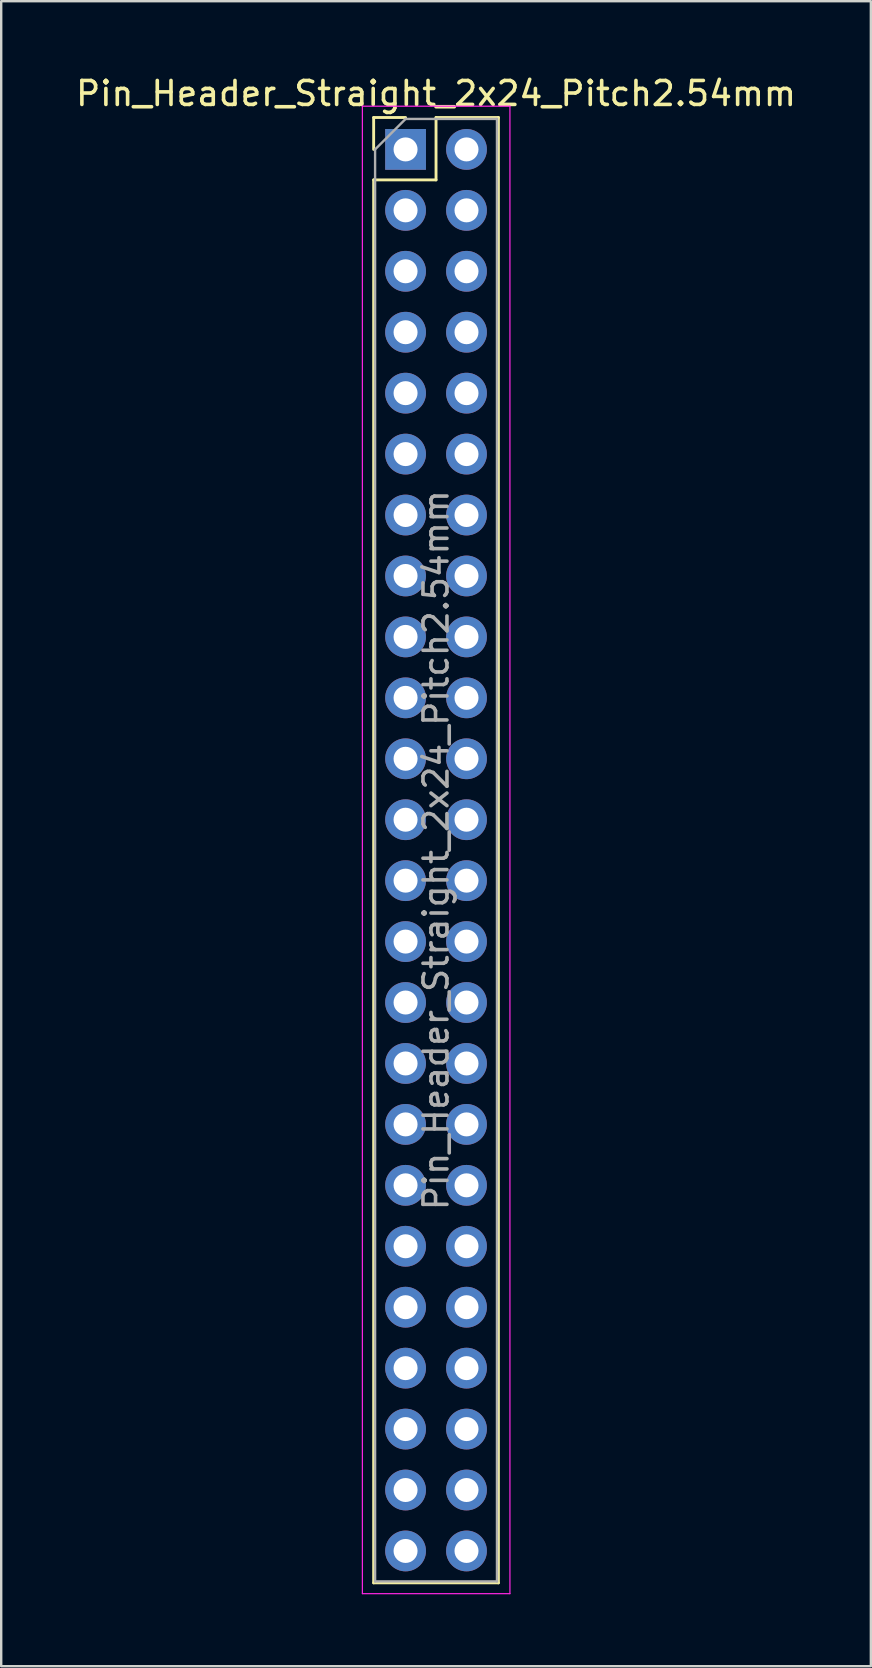
<source format=kicad_pcb>
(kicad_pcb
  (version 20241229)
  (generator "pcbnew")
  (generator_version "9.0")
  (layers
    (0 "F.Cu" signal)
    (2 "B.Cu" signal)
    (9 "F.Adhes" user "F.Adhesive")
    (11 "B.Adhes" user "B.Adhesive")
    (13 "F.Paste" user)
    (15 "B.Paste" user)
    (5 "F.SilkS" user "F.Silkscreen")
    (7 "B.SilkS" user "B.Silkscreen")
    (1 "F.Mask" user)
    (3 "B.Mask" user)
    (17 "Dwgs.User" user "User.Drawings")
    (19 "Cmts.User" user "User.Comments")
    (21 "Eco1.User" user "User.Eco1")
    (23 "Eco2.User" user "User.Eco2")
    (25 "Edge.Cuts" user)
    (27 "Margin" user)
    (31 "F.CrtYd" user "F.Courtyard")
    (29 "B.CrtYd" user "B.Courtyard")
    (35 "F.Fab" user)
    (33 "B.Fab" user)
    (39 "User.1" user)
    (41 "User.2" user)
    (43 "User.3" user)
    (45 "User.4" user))
  (footprint "Pin_Header_Straight_2x24_Pitch2.54mm"
    (layer "F.Cu")
    (at 13.855 3.178)
    (property "Reference" "Pin_Header_Straight_2x24_Pitch2.54mm" (at 1.27 -2.33 0) (layer "F.SilkS") (effects (font (size 1 1) (thickness 0.15))))
    (attr through_hole)
    (fp_line (start -1.33 -1.33) (end 0 -1.33) (stroke (width 0.12) (type solid)) (layer "F.SilkS"))
    (fp_line (start -1.33 0) (end -1.33 -1.33) (stroke (width 0.12) (type solid)) (layer "F.SilkS"))
    (fp_line (start -1.33 1.27) (end -1.33 59.75) (stroke (width 0.12) (type solid)) (layer "F.SilkS"))
    (fp_line (start -1.33 1.27) (end 1.27 1.27) (stroke (width 0.12) (type solid)) (layer "F.SilkS"))
    (fp_line (start -1.33 59.75) (end 3.87 59.75) (stroke (width 0.12) (type solid)) (layer "F.SilkS"))
    (fp_line (start 1.27 -1.33) (end 3.87 -1.33) (stroke (width 0.12) (type solid)) (layer "F.SilkS"))
    (fp_line (start 1.27 1.27) (end 1.27 -1.33) (stroke (width 0.12) (type solid)) (layer "F.SilkS"))
    (fp_line (start 3.87 -1.33) (end 3.87 59.75) (stroke (width 0.12) (type solid)) (layer "F.SilkS"))
    (fp_line (start -1.8 -1.8) (end -1.8 60.2) (stroke (width 0.05) (type solid)) (layer "F.CrtYd"))
    (fp_line (start -1.8 60.2) (end 4.35 60.2) (stroke (width 0.05) (type solid)) (layer "F.CrtYd"))
    (fp_line (start 4.35 -1.8) (end -1.8 -1.8) (stroke (width 0.05) (type solid)) (layer "F.CrtYd"))
    (fp_line (start 4.35 60.2) (end 4.35 -1.8) (stroke (width 0.05) (type solid)) (layer "F.CrtYd"))
    (fp_line (start -1.27 0) (end 0 -1.27) (stroke (width 0.1) (type solid)) (layer "F.Fab"))
    (fp_line (start -1.27 59.69) (end -1.27 0) (stroke (width 0.1) (type solid)) (layer "F.Fab"))
    (fp_line (start 0 -1.27) (end 3.81 -1.27) (stroke (width 0.1) (type solid)) (layer "F.Fab"))
    (fp_line (start 3.81 -1.27) (end 3.81 59.69) (stroke (width 0.1) (type solid)) (layer "F.Fab"))
    (fp_line (start 3.81 59.69) (end -1.27 59.69) (stroke (width 0.1) (type solid)) (layer "F.Fab"))
    (fp_text user "${REFERENCE}" (at 1.27 29.21 90) (layer "F.Fab") (effects (font (size 1 1) (thickness 0.15))))
    (pad "1" thru_hole rect (at 0 0) (size 1.7 1.7) (drill 1) (layers "*.Cu" "*.Mask"))
    (pad "2" thru_hole oval (at 2.54 0) (size 1.7 1.7) (drill 1) (layers "*.Cu" "*.Mask"))
    (pad "3" thru_hole oval (at 0 2.54) (size 1.7 1.7) (drill 1) (layers "*.Cu" "*.Mask"))
    (pad "4" thru_hole oval (at 2.54 2.54) (size 1.7 1.7) (drill 1) (layers "*.Cu" "*.Mask"))
    (pad "5" thru_hole oval (at 0 5.08) (size 1.7 1.7) (drill 1) (layers "*.Cu" "*.Mask"))
    (pad "6" thru_hole oval (at 2.54 5.08) (size 1.7 1.7) (drill 1) (layers "*.Cu" "*.Mask"))
    (pad "7" thru_hole oval (at 0 7.62) (size 1.7 1.7) (drill 1) (layers "*.Cu" "*.Mask"))
    (pad "8" thru_hole oval (at 2.54 7.62) (size 1.7 1.7) (drill 1) (layers "*.Cu" "*.Mask"))
    (pad "9" thru_hole oval (at 0 10.16) (size 1.7 1.7) (drill 1) (layers "*.Cu" "*.Mask"))
    (pad "10" thru_hole oval (at 2.54 10.16) (size 1.7 1.7) (drill 1) (layers "*.Cu" "*.Mask"))
    (pad "11" thru_hole oval (at 0 12.7) (size 1.7 1.7) (drill 1) (layers "*.Cu" "*.Mask"))
    (pad "12" thru_hole oval (at 2.54 12.7) (size 1.7 1.7) (drill 1) (layers "*.Cu" "*.Mask"))
    (pad "13" thru_hole oval (at 0 15.24) (size 1.7 1.7) (drill 1) (layers "*.Cu" "*.Mask"))
    (pad "14" thru_hole oval (at 2.54 15.24) (size 1.7 1.7) (drill 1) (layers "*.Cu" "*.Mask"))
    (pad "15" thru_hole oval (at 0 17.78) (size 1.7 1.7) (drill 1) (layers "*.Cu" "*.Mask"))
    (pad "16" thru_hole oval (at 2.54 17.78) (size 1.7 1.7) (drill 1) (layers "*.Cu" "*.Mask"))
    (pad "17" thru_hole oval (at 0 20.32) (size 1.7 1.7) (drill 1) (layers "*.Cu" "*.Mask"))
    (pad "18" thru_hole oval (at 2.54 20.32) (size 1.7 1.7) (drill 1) (layers "*.Cu" "*.Mask"))
    (pad "19" thru_hole oval (at 0 22.86) (size 1.7 1.7) (drill 1) (layers "*.Cu" "*.Mask"))
    (pad "20" thru_hole oval (at 2.54 22.86) (size 1.7 1.7) (drill 1) (layers "*.Cu" "*.Mask"))
    (pad "21" thru_hole oval (at 0 25.4) (size 1.7 1.7) (drill 1) (layers "*.Cu" "*.Mask"))
    (pad "22" thru_hole oval (at 2.54 25.4) (size 1.7 1.7) (drill 1) (layers "*.Cu" "*.Mask"))
    (pad "23" thru_hole oval (at 0 27.94) (size 1.7 1.7) (drill 1) (layers "*.Cu" "*.Mask"))
    (pad "24" thru_hole oval (at 2.54 27.94) (size 1.7 1.7) (drill 1) (layers "*.Cu" "*.Mask"))
    (pad "25" thru_hole oval (at 0 30.48) (size 1.7 1.7) (drill 1) (layers "*.Cu" "*.Mask"))
    (pad "26" thru_hole oval (at 2.54 30.48) (size 1.7 1.7) (drill 1) (layers "*.Cu" "*.Mask"))
    (pad "27" thru_hole oval (at 0 33.02) (size 1.7 1.7) (drill 1) (layers "*.Cu" "*.Mask"))
    (pad "28" thru_hole oval (at 2.54 33.02) (size 1.7 1.7) (drill 1) (layers "*.Cu" "*.Mask"))
    (pad "29" thru_hole oval (at 0 35.56) (size 1.7 1.7) (drill 1) (layers "*.Cu" "*.Mask"))
    (pad "30" thru_hole oval (at 2.54 35.56) (size 1.7 1.7) (drill 1) (layers "*.Cu" "*.Mask"))
    (pad "31" thru_hole oval (at 0 38.1) (size 1.7 1.7) (drill 1) (layers "*.Cu" "*.Mask"))
    (pad "32" thru_hole oval (at 2.54 38.1) (size 1.7 1.7) (drill 1) (layers "*.Cu" "*.Mask"))
    (pad "33" thru_hole oval (at 0 40.64) (size 1.7 1.7) (drill 1) (layers "*.Cu" "*.Mask"))
    (pad "34" thru_hole oval (at 2.54 40.64) (size 1.7 1.7) (drill 1) (layers "*.Cu" "*.Mask"))
    (pad "35" thru_hole oval (at 0 43.18) (size 1.7 1.7) (drill 1) (layers "*.Cu" "*.Mask"))
    (pad "36" thru_hole oval (at 2.54 43.18) (size 1.7 1.7) (drill 1) (layers "*.Cu" "*.Mask"))
    (pad "37" thru_hole oval (at 0 45.72) (size 1.7 1.7) (drill 1) (layers "*.Cu" "*.Mask"))
    (pad "38" thru_hole oval (at 2.54 45.72) (size 1.7 1.7) (drill 1) (layers "*.Cu" "*.Mask"))
    (pad "39" thru_hole oval (at 0 48.26) (size 1.7 1.7) (drill 1) (layers "*.Cu" "*.Mask"))
    (pad "40" thru_hole oval (at 2.54 48.26) (size 1.7 1.7) (drill 1) (layers "*.Cu" "*.Mask"))
    (pad "41" thru_hole oval (at 0 50.8) (size 1.7 1.7) (drill 1) (layers "*.Cu" "*.Mask"))
    (pad "42" thru_hole oval (at 2.54 50.8) (size 1.7 1.7) (drill 1) (layers "*.Cu" "*.Mask"))
    (pad "43" thru_hole oval (at 0 53.34) (size 1.7 1.7) (drill 1) (layers "*.Cu" "*.Mask"))
    (pad "44" thru_hole oval (at 2.54 53.34) (size 1.7 1.7) (drill 1) (layers "*.Cu" "*.Mask"))
    (pad "45" thru_hole oval (at 0 55.88) (size 1.7 1.7) (drill 1) (layers "*.Cu" "*.Mask"))
    (pad "46" thru_hole oval (at 2.54 55.88) (size 1.7 1.7) (drill 1) (layers "*.Cu" "*.Mask"))
    (pad "47" thru_hole oval (at 0 58.42) (size 1.7 1.7) (drill 1) (layers "*.Cu" "*.Mask"))
    (pad "48" thru_hole oval (at 2.54 58.42) (size 1.7 1.7) (drill 1) (layers "*.Cu" "*.Mask")))
  (gr_rect
    (start -3 -3)
    (end 33.25 66.403)
    (stroke (width 0.1) (type default))
    (fill no)
    (layer "Edge.Cuts")))
</source>
